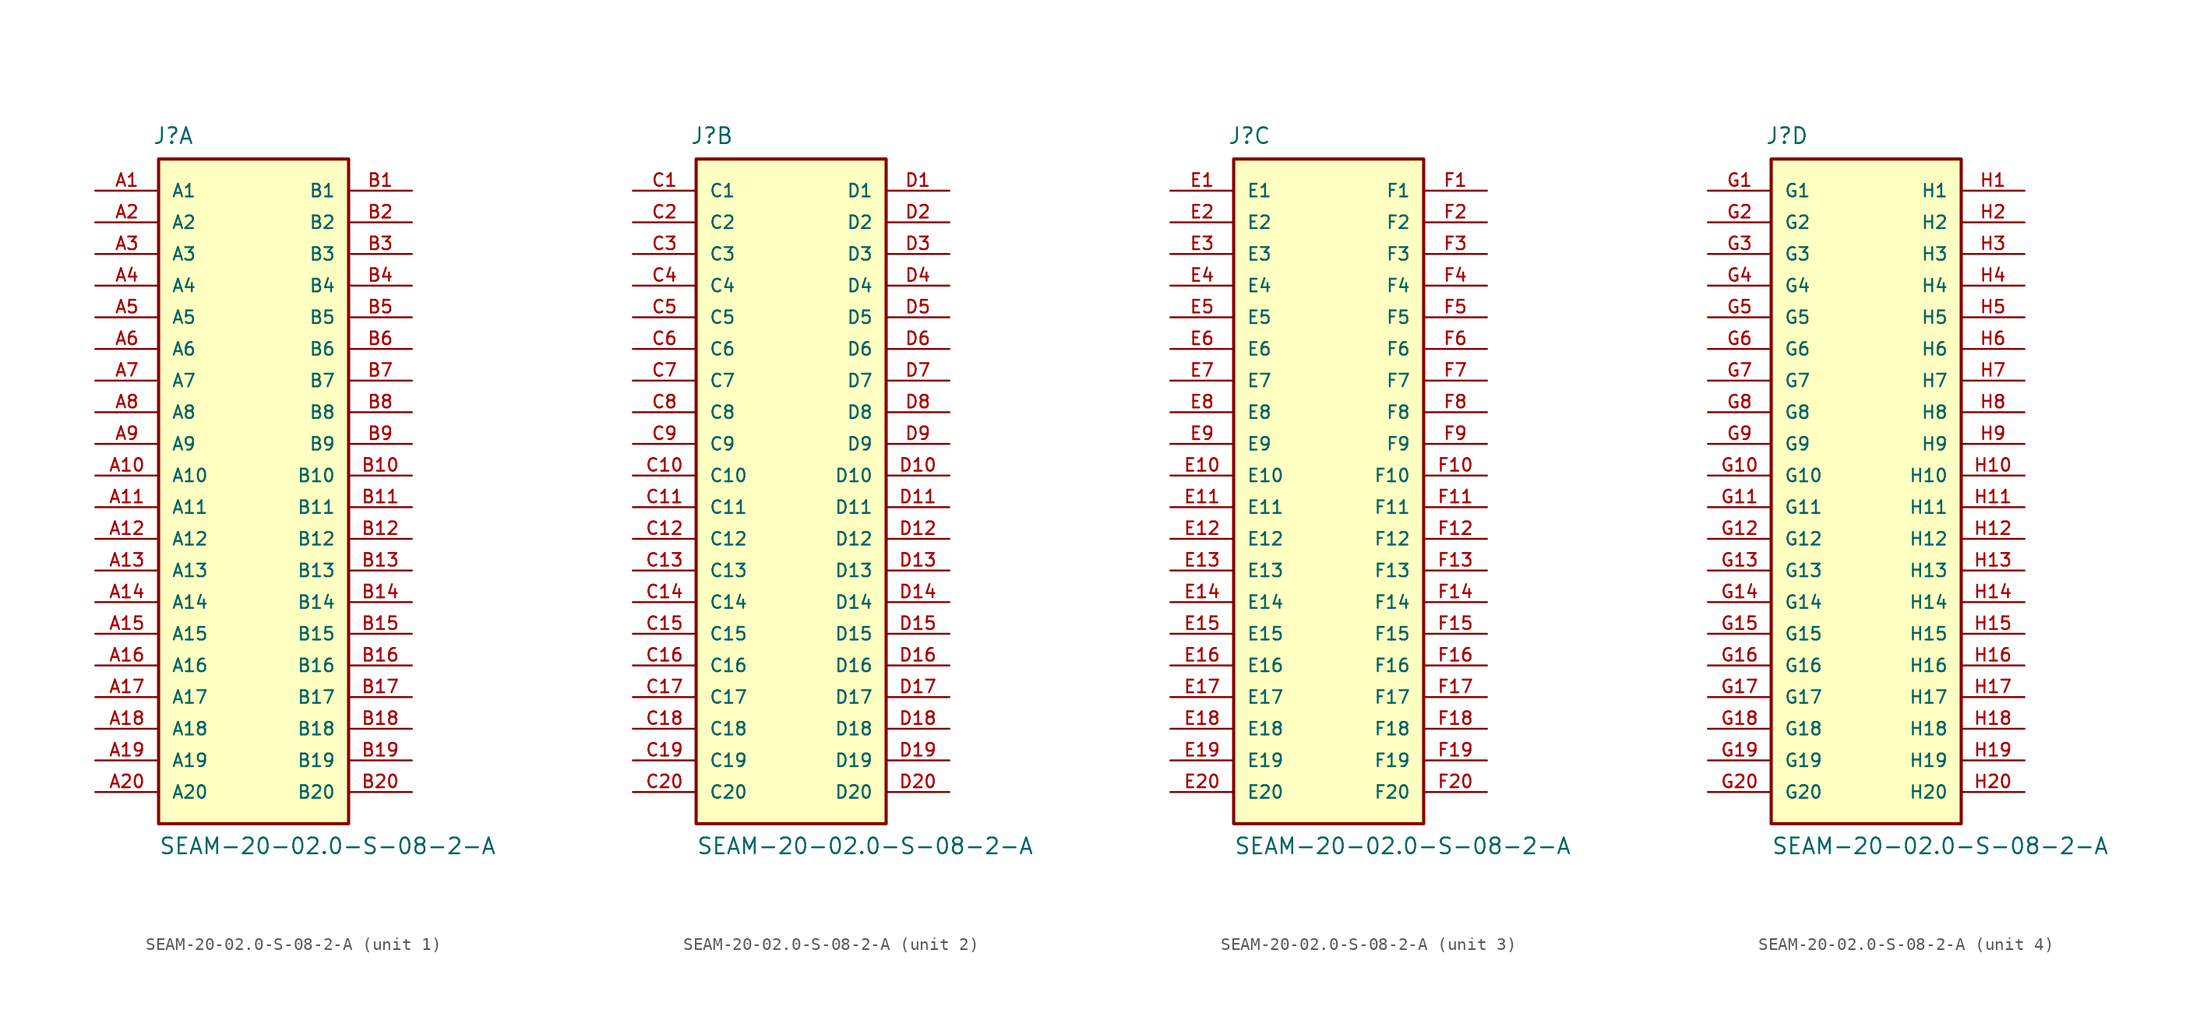
<source format=kicad_sym>
(kicad_symbol_lib
  (version 20211014)
  (generator kicad_symbol_editor)
  (symbol "SEAM-20-02.0-S-08-2-A"
    (pin_names
      (offset 1.016))
    (property "Reference" "J"
      (at -8.12 26.516 0)
      (effects (font (size 1.27 1.27)) (justify bottom left)))
    (property "Value" "SEAM-20-02.0-S-08-2-A"
      (at -7.62 -30.48 0)
      (effects (font (size 1.27 1.27)) (justify bottom left)))
    (symbol "SEAM-20-02.0-S-08-2-A_1_0"
      (rectangle (start -7.62 -27.94) (end 7.62 25.4) (stroke (width 0.254)) (fill (type background)))
      (pin passive line (at -12.7 22.86 0) (length 5.08) (name "A1" (effects (font (size 1.016 1.016)))) (number "A1" (effects (font (size 1.016 1.016)))))
      (pin passive line (at 12.7 22.86 180.0) (length 5.08) (name "B1" (effects (font (size 1.016 1.016)))) (number "B1" (effects (font (size 1.016 1.016)))))
      (pin passive line (at -12.7 20.32 0) (length 5.08) (name "A2" (effects (font (size 1.016 1.016)))) (number "A2" (effects (font (size 1.016 1.016)))))
      (pin passive line (at 12.7 20.32 180.0) (length 5.08) (name "B2" (effects (font (size 1.016 1.016)))) (number "B2" (effects (font (size 1.016 1.016)))))
      (pin passive line (at -12.7 17.78 0) (length 5.08) (name "A3" (effects (font (size 1.016 1.016)))) (number "A3" (effects (font (size 1.016 1.016)))))
      (pin passive line (at 12.7 17.78 180.0) (length 5.08) (name "B3" (effects (font (size 1.016 1.016)))) (number "B3" (effects (font (size 1.016 1.016)))))
      (pin passive line (at -12.7 15.24 0) (length 5.08) (name "A4" (effects (font (size 1.016 1.016)))) (number "A4" (effects (font (size 1.016 1.016)))))
      (pin passive line (at 12.7 15.24 180.0) (length 5.08) (name "B4" (effects (font (size 1.016 1.016)))) (number "B4" (effects (font (size 1.016 1.016)))))
      (pin passive line (at -12.7 12.7 0) (length 5.08) (name "A5" (effects (font (size 1.016 1.016)))) (number "A5" (effects (font (size 1.016 1.016)))))
      (pin passive line (at 12.7 12.7 180.0) (length 5.08) (name "B5" (effects (font (size 1.016 1.016)))) (number "B5" (effects (font (size 1.016 1.016)))))
      (pin passive line (at -12.7 10.16 0) (length 5.08) (name "A6" (effects (font (size 1.016 1.016)))) (number "A6" (effects (font (size 1.016 1.016)))))
      (pin passive line (at 12.7 10.16 180.0) (length 5.08) (name "B6" (effects (font (size 1.016 1.016)))) (number "B6" (effects (font (size 1.016 1.016)))))
      (pin passive line (at -12.7 7.62 0) (length 5.08) (name "A7" (effects (font (size 1.016 1.016)))) (number "A7" (effects (font (size 1.016 1.016)))))
      (pin passive line (at 12.7 7.62 180.0) (length 5.08) (name "B7" (effects (font (size 1.016 1.016)))) (number "B7" (effects (font (size 1.016 1.016)))))
      (pin passive line (at -12.7 5.08 0) (length 5.08) (name "A8" (effects (font (size 1.016 1.016)))) (number "A8" (effects (font (size 1.016 1.016)))))
      (pin passive line (at 12.7 5.08 180.0) (length 5.08) (name "B8" (effects (font (size 1.016 1.016)))) (number "B8" (effects (font (size 1.016 1.016)))))
      (pin passive line (at -12.7 2.54 0) (length 5.08) (name "A9" (effects (font (size 1.016 1.016)))) (number "A9" (effects (font (size 1.016 1.016)))))
      (pin passive line (at 12.7 2.54 180.0) (length 5.08) (name "B9" (effects (font (size 1.016 1.016)))) (number "B9" (effects (font (size 1.016 1.016)))))
      (pin passive line (at -12.7 0.0 0) (length 5.08) (name "A10" (effects (font (size 1.016 1.016)))) (number "A10" (effects (font (size 1.016 1.016)))))
      (pin passive line (at 12.7 0.0 180.0) (length 5.08) (name "B10" (effects (font (size 1.016 1.016)))) (number "B10" (effects (font (size 1.016 1.016)))))
      (pin passive line (at -12.7 -2.54 0) (length 5.08) (name "A11" (effects (font (size 1.016 1.016)))) (number "A11" (effects (font (size 1.016 1.016)))))
      (pin passive line (at 12.7 -2.54 180.0) (length 5.08) (name "B11" (effects (font (size 1.016 1.016)))) (number "B11" (effects (font (size 1.016 1.016)))))
      (pin passive line (at -12.7 -5.08 0) (length 5.08) (name "A12" (effects (font (size 1.016 1.016)))) (number "A12" (effects (font (size 1.016 1.016)))))
      (pin passive line (at 12.7 -5.08 180.0) (length 5.08) (name "B12" (effects (font (size 1.016 1.016)))) (number "B12" (effects (font (size 1.016 1.016)))))
      (pin passive line (at -12.7 -7.62 0) (length 5.08) (name "A13" (effects (font (size 1.016 1.016)))) (number "A13" (effects (font (size 1.016 1.016)))))
      (pin passive line (at 12.7 -7.62 180.0) (length 5.08) (name "B13" (effects (font (size 1.016 1.016)))) (number "B13" (effects (font (size 1.016 1.016)))))
      (pin passive line (at -12.7 -10.16 0) (length 5.08) (name "A14" (effects (font (size 1.016 1.016)))) (number "A14" (effects (font (size 1.016 1.016)))))
      (pin passive line (at 12.7 -10.16 180.0) (length 5.08) (name "B14" (effects (font (size 1.016 1.016)))) (number "B14" (effects (font (size 1.016 1.016)))))
      (pin passive line (at -12.7 -12.7 0) (length 5.08) (name "A15" (effects (font (size 1.016 1.016)))) (number "A15" (effects (font (size 1.016 1.016)))))
      (pin passive line (at 12.7 -12.7 180.0) (length 5.08) (name "B15" (effects (font (size 1.016 1.016)))) (number "B15" (effects (font (size 1.016 1.016)))))
      (pin passive line (at -12.7 -15.24 0) (length 5.08) (name "A16" (effects (font (size 1.016 1.016)))) (number "A16" (effects (font (size 1.016 1.016)))))
      (pin passive line (at 12.7 -15.24 180.0) (length 5.08) (name "B16" (effects (font (size 1.016 1.016)))) (number "B16" (effects (font (size 1.016 1.016)))))
      (pin passive line (at -12.7 -17.78 0) (length 5.08) (name "A17" (effects (font (size 1.016 1.016)))) (number "A17" (effects (font (size 1.016 1.016)))))
      (pin passive line (at 12.7 -17.78 180.0) (length 5.08) (name "B17" (effects (font (size 1.016 1.016)))) (number "B17" (effects (font (size 1.016 1.016)))))
      (pin passive line (at -12.7 -20.32 0) (length 5.08) (name "A18" (effects (font (size 1.016 1.016)))) (number "A18" (effects (font (size 1.016 1.016)))))
      (pin passive line (at 12.7 -20.32 180.0) (length 5.08) (name "B18" (effects (font (size 1.016 1.016)))) (number "B18" (effects (font (size 1.016 1.016)))))
      (pin passive line (at -12.7 -22.86 0) (length 5.08) (name "A19" (effects (font (size 1.016 1.016)))) (number "A19" (effects (font (size 1.016 1.016)))))
      (pin passive line (at 12.7 -22.86 180.0) (length 5.08) (name "B19" (effects (font (size 1.016 1.016)))) (number "B19" (effects (font (size 1.016 1.016)))))
      (pin passive line (at -12.7 -25.4 0) (length 5.08) (name "A20" (effects (font (size 1.016 1.016)))) (number "A20" (effects (font (size 1.016 1.016)))))
      (pin passive line (at 12.7 -25.4 180.0) (length 5.08) (name "B20" (effects (font (size 1.016 1.016)))) (number "B20" (effects (font (size 1.016 1.016))))))
    (symbol "SEAM-20-02.0-S-08-2-A_2_0"
      (rectangle (start -7.62 -27.94) (end 7.62 25.4) (stroke (width 0.254)) (fill (type background)))
      (pin passive line (at -12.7 22.86 0) (length 5.08) (name "C1" (effects (font (size 1.016 1.016)))) (number "C1" (effects (font (size 1.016 1.016)))))
      (pin passive line (at 12.7 22.86 180.0) (length 5.08) (name "D1" (effects (font (size 1.016 1.016)))) (number "D1" (effects (font (size 1.016 1.016)))))
      (pin passive line (at -12.7 20.32 0) (length 5.08) (name "C2" (effects (font (size 1.016 1.016)))) (number "C2" (effects (font (size 1.016 1.016)))))
      (pin passive line (at 12.7 20.32 180.0) (length 5.08) (name "D2" (effects (font (size 1.016 1.016)))) (number "D2" (effects (font (size 1.016 1.016)))))
      (pin passive line (at -12.7 17.78 0) (length 5.08) (name "C3" (effects (font (size 1.016 1.016)))) (number "C3" (effects (font (size 1.016 1.016)))))
      (pin passive line (at 12.7 17.78 180.0) (length 5.08) (name "D3" (effects (font (size 1.016 1.016)))) (number "D3" (effects (font (size 1.016 1.016)))))
      (pin passive line (at -12.7 15.24 0) (length 5.08) (name "C4" (effects (font (size 1.016 1.016)))) (number "C4" (effects (font (size 1.016 1.016)))))
      (pin passive line (at 12.7 15.24 180.0) (length 5.08) (name "D4" (effects (font (size 1.016 1.016)))) (number "D4" (effects (font (size 1.016 1.016)))))
      (pin passive line (at -12.7 12.7 0) (length 5.08) (name "C5" (effects (font (size 1.016 1.016)))) (number "C5" (effects (font (size 1.016 1.016)))))
      (pin passive line (at 12.7 12.7 180.0) (length 5.08) (name "D5" (effects (font (size 1.016 1.016)))) (number "D5" (effects (font (size 1.016 1.016)))))
      (pin passive line (at -12.7 10.16 0) (length 5.08) (name "C6" (effects (font (size 1.016 1.016)))) (number "C6" (effects (font (size 1.016 1.016)))))
      (pin passive line (at 12.7 10.16 180.0) (length 5.08) (name "D6" (effects (font (size 1.016 1.016)))) (number "D6" (effects (font (size 1.016 1.016)))))
      (pin passive line (at -12.7 7.62 0) (length 5.08) (name "C7" (effects (font (size 1.016 1.016)))) (number "C7" (effects (font (size 1.016 1.016)))))
      (pin passive line (at 12.7 7.62 180.0) (length 5.08) (name "D7" (effects (font (size 1.016 1.016)))) (number "D7" (effects (font (size 1.016 1.016)))))
      (pin passive line (at -12.7 5.08 0) (length 5.08) (name "C8" (effects (font (size 1.016 1.016)))) (number "C8" (effects (font (size 1.016 1.016)))))
      (pin passive line (at 12.7 5.08 180.0) (length 5.08) (name "D8" (effects (font (size 1.016 1.016)))) (number "D8" (effects (font (size 1.016 1.016)))))
      (pin passive line (at -12.7 2.54 0) (length 5.08) (name "C9" (effects (font (size 1.016 1.016)))) (number "C9" (effects (font (size 1.016 1.016)))))
      (pin passive line (at 12.7 2.54 180.0) (length 5.08) (name "D9" (effects (font (size 1.016 1.016)))) (number "D9" (effects (font (size 1.016 1.016)))))
      (pin passive line (at -12.7 0.0 0) (length 5.08) (name "C10" (effects (font (size 1.016 1.016)))) (number "C10" (effects (font (size 1.016 1.016)))))
      (pin passive line (at 12.7 0.0 180.0) (length 5.08) (name "D10" (effects (font (size 1.016 1.016)))) (number "D10" (effects (font (size 1.016 1.016)))))
      (pin passive line (at -12.7 -2.54 0) (length 5.08) (name "C11" (effects (font (size 1.016 1.016)))) (number "C11" (effects (font (size 1.016 1.016)))))
      (pin passive line (at 12.7 -2.54 180.0) (length 5.08) (name "D11" (effects (font (size 1.016 1.016)))) (number "D11" (effects (font (size 1.016 1.016)))))
      (pin passive line (at -12.7 -5.08 0) (length 5.08) (name "C12" (effects (font (size 1.016 1.016)))) (number "C12" (effects (font (size 1.016 1.016)))))
      (pin passive line (at 12.7 -5.08 180.0) (length 5.08) (name "D12" (effects (font (size 1.016 1.016)))) (number "D12" (effects (font (size 1.016 1.016)))))
      (pin passive line (at -12.7 -7.62 0) (length 5.08) (name "C13" (effects (font (size 1.016 1.016)))) (number "C13" (effects (font (size 1.016 1.016)))))
      (pin passive line (at 12.7 -7.62 180.0) (length 5.08) (name "D13" (effects (font (size 1.016 1.016)))) (number "D13" (effects (font (size 1.016 1.016)))))
      (pin passive line (at -12.7 -10.16 0) (length 5.08) (name "C14" (effects (font (size 1.016 1.016)))) (number "C14" (effects (font (size 1.016 1.016)))))
      (pin passive line (at 12.7 -10.16 180.0) (length 5.08) (name "D14" (effects (font (size 1.016 1.016)))) (number "D14" (effects (font (size 1.016 1.016)))))
      (pin passive line (at -12.7 -12.7 0) (length 5.08) (name "C15" (effects (font (size 1.016 1.016)))) (number "C15" (effects (font (size 1.016 1.016)))))
      (pin passive line (at 12.7 -12.7 180.0) (length 5.08) (name "D15" (effects (font (size 1.016 1.016)))) (number "D15" (effects (font (size 1.016 1.016)))))
      (pin passive line (at -12.7 -15.24 0) (length 5.08) (name "C16" (effects (font (size 1.016 1.016)))) (number "C16" (effects (font (size 1.016 1.016)))))
      (pin passive line (at 12.7 -15.24 180.0) (length 5.08) (name "D16" (effects (font (size 1.016 1.016)))) (number "D16" (effects (font (size 1.016 1.016)))))
      (pin passive line (at -12.7 -17.78 0) (length 5.08) (name "C17" (effects (font (size 1.016 1.016)))) (number "C17" (effects (font (size 1.016 1.016)))))
      (pin passive line (at 12.7 -17.78 180.0) (length 5.08) (name "D17" (effects (font (size 1.016 1.016)))) (number "D17" (effects (font (size 1.016 1.016)))))
      (pin passive line (at -12.7 -20.32 0) (length 5.08) (name "C18" (effects (font (size 1.016 1.016)))) (number "C18" (effects (font (size 1.016 1.016)))))
      (pin passive line (at 12.7 -20.32 180.0) (length 5.08) (name "D18" (effects (font (size 1.016 1.016)))) (number "D18" (effects (font (size 1.016 1.016)))))
      (pin passive line (at -12.7 -22.86 0) (length 5.08) (name "C19" (effects (font (size 1.016 1.016)))) (number "C19" (effects (font (size 1.016 1.016)))))
      (pin passive line (at 12.7 -22.86 180.0) (length 5.08) (name "D19" (effects (font (size 1.016 1.016)))) (number "D19" (effects (font (size 1.016 1.016)))))
      (pin passive line (at -12.7 -25.4 0) (length 5.08) (name "C20" (effects (font (size 1.016 1.016)))) (number "C20" (effects (font (size 1.016 1.016)))))
      (pin passive line (at 12.7 -25.4 180.0) (length 5.08) (name "D20" (effects (font (size 1.016 1.016)))) (number "D20" (effects (font (size 1.016 1.016))))))
    (symbol "SEAM-20-02.0-S-08-2-A_3_0"
      (rectangle (start -7.62 -27.94) (end 7.62 25.4) (stroke (width 0.254)) (fill (type background)))
      (pin passive line (at -12.7 22.86 0) (length 5.08) (name "E1" (effects (font (size 1.016 1.016)))) (number "E1" (effects (font (size 1.016 1.016)))))
      (pin passive line (at 12.7 22.86 180.0) (length 5.08) (name "F1" (effects (font (size 1.016 1.016)))) (number "F1" (effects (font (size 1.016 1.016)))))
      (pin passive line (at -12.7 20.32 0) (length 5.08) (name "E2" (effects (font (size 1.016 1.016)))) (number "E2" (effects (font (size 1.016 1.016)))))
      (pin passive line (at 12.7 20.32 180.0) (length 5.08) (name "F2" (effects (font (size 1.016 1.016)))) (number "F2" (effects (font (size 1.016 1.016)))))
      (pin passive line (at -12.7 17.78 0) (length 5.08) (name "E3" (effects (font (size 1.016 1.016)))) (number "E3" (effects (font (size 1.016 1.016)))))
      (pin passive line (at 12.7 17.78 180.0) (length 5.08) (name "F3" (effects (font (size 1.016 1.016)))) (number "F3" (effects (font (size 1.016 1.016)))))
      (pin passive line (at -12.7 15.24 0) (length 5.08) (name "E4" (effects (font (size 1.016 1.016)))) (number "E4" (effects (font (size 1.016 1.016)))))
      (pin passive line (at 12.7 15.24 180.0) (length 5.08) (name "F4" (effects (font (size 1.016 1.016)))) (number "F4" (effects (font (size 1.016 1.016)))))
      (pin passive line (at -12.7 12.7 0) (length 5.08) (name "E5" (effects (font (size 1.016 1.016)))) (number "E5" (effects (font (size 1.016 1.016)))))
      (pin passive line (at 12.7 12.7 180.0) (length 5.08) (name "F5" (effects (font (size 1.016 1.016)))) (number "F5" (effects (font (size 1.016 1.016)))))
      (pin passive line (at -12.7 10.16 0) (length 5.08) (name "E6" (effects (font (size 1.016 1.016)))) (number "E6" (effects (font (size 1.016 1.016)))))
      (pin passive line (at 12.7 10.16 180.0) (length 5.08) (name "F6" (effects (font (size 1.016 1.016)))) (number "F6" (effects (font (size 1.016 1.016)))))
      (pin passive line (at -12.7 7.62 0) (length 5.08) (name "E7" (effects (font (size 1.016 1.016)))) (number "E7" (effects (font (size 1.016 1.016)))))
      (pin passive line (at 12.7 7.62 180.0) (length 5.08) (name "F7" (effects (font (size 1.016 1.016)))) (number "F7" (effects (font (size 1.016 1.016)))))
      (pin passive line (at -12.7 5.08 0) (length 5.08) (name "E8" (effects (font (size 1.016 1.016)))) (number "E8" (effects (font (size 1.016 1.016)))))
      (pin passive line (at 12.7 5.08 180.0) (length 5.08) (name "F8" (effects (font (size 1.016 1.016)))) (number "F8" (effects (font (size 1.016 1.016)))))
      (pin passive line (at -12.7 2.54 0) (length 5.08) (name "E9" (effects (font (size 1.016 1.016)))) (number "E9" (effects (font (size 1.016 1.016)))))
      (pin passive line (at 12.7 2.54 180.0) (length 5.08) (name "F9" (effects (font (size 1.016 1.016)))) (number "F9" (effects (font (size 1.016 1.016)))))
      (pin passive line (at -12.7 0.0 0) (length 5.08) (name "E10" (effects (font (size 1.016 1.016)))) (number "E10" (effects (font (size 1.016 1.016)))))
      (pin passive line (at 12.7 0.0 180.0) (length 5.08) (name "F10" (effects (font (size 1.016 1.016)))) (number "F10" (effects (font (size 1.016 1.016)))))
      (pin passive line (at -12.7 -2.54 0) (length 5.08) (name "E11" (effects (font (size 1.016 1.016)))) (number "E11" (effects (font (size 1.016 1.016)))))
      (pin passive line (at 12.7 -2.54 180.0) (length 5.08) (name "F11" (effects (font (size 1.016 1.016)))) (number "F11" (effects (font (size 1.016 1.016)))))
      (pin passive line (at -12.7 -5.08 0) (length 5.08) (name "E12" (effects (font (size 1.016 1.016)))) (number "E12" (effects (font (size 1.016 1.016)))))
      (pin passive line (at 12.7 -5.08 180.0) (length 5.08) (name "F12" (effects (font (size 1.016 1.016)))) (number "F12" (effects (font (size 1.016 1.016)))))
      (pin passive line (at -12.7 -7.62 0) (length 5.08) (name "E13" (effects (font (size 1.016 1.016)))) (number "E13" (effects (font (size 1.016 1.016)))))
      (pin passive line (at 12.7 -7.62 180.0) (length 5.08) (name "F13" (effects (font (size 1.016 1.016)))) (number "F13" (effects (font (size 1.016 1.016)))))
      (pin passive line (at -12.7 -10.16 0) (length 5.08) (name "E14" (effects (font (size 1.016 1.016)))) (number "E14" (effects (font (size 1.016 1.016)))))
      (pin passive line (at 12.7 -10.16 180.0) (length 5.08) (name "F14" (effects (font (size 1.016 1.016)))) (number "F14" (effects (font (size 1.016 1.016)))))
      (pin passive line (at -12.7 -12.7 0) (length 5.08) (name "E15" (effects (font (size 1.016 1.016)))) (number "E15" (effects (font (size 1.016 1.016)))))
      (pin passive line (at 12.7 -12.7 180.0) (length 5.08) (name "F15" (effects (font (size 1.016 1.016)))) (number "F15" (effects (font (size 1.016 1.016)))))
      (pin passive line (at -12.7 -15.24 0) (length 5.08) (name "E16" (effects (font (size 1.016 1.016)))) (number "E16" (effects (font (size 1.016 1.016)))))
      (pin passive line (at 12.7 -15.24 180.0) (length 5.08) (name "F16" (effects (font (size 1.016 1.016)))) (number "F16" (effects (font (size 1.016 1.016)))))
      (pin passive line (at -12.7 -17.78 0) (length 5.08) (name "E17" (effects (font (size 1.016 1.016)))) (number "E17" (effects (font (size 1.016 1.016)))))
      (pin passive line (at 12.7 -17.78 180.0) (length 5.08) (name "F17" (effects (font (size 1.016 1.016)))) (number "F17" (effects (font (size 1.016 1.016)))))
      (pin passive line (at -12.7 -20.32 0) (length 5.08) (name "E18" (effects (font (size 1.016 1.016)))) (number "E18" (effects (font (size 1.016 1.016)))))
      (pin passive line (at 12.7 -20.32 180.0) (length 5.08) (name "F18" (effects (font (size 1.016 1.016)))) (number "F18" (effects (font (size 1.016 1.016)))))
      (pin passive line (at -12.7 -22.86 0) (length 5.08) (name "E19" (effects (font (size 1.016 1.016)))) (number "E19" (effects (font (size 1.016 1.016)))))
      (pin passive line (at 12.7 -22.86 180.0) (length 5.08) (name "F19" (effects (font (size 1.016 1.016)))) (number "F19" (effects (font (size 1.016 1.016)))))
      (pin passive line (at -12.7 -25.4 0) (length 5.08) (name "E20" (effects (font (size 1.016 1.016)))) (number "E20" (effects (font (size 1.016 1.016)))))
      (pin passive line (at 12.7 -25.4 180.0) (length 5.08) (name "F20" (effects (font (size 1.016 1.016)))) (number "F20" (effects (font (size 1.016 1.016))))))
    (symbol "SEAM-20-02.0-S-08-2-A_4_0"
      (rectangle (start -7.62 -27.94) (end 7.62 25.4) (stroke (width 0.254)) (fill (type background)))
      (pin passive line (at -12.7 22.86 0) (length 5.08) (name "G1" (effects (font (size 1.016 1.016)))) (number "G1" (effects (font (size 1.016 1.016)))))
      (pin passive line (at 12.7 22.86 180.0) (length 5.08) (name "H1" (effects (font (size 1.016 1.016)))) (number "H1" (effects (font (size 1.016 1.016)))))
      (pin passive line (at -12.7 20.32 0) (length 5.08) (name "G2" (effects (font (size 1.016 1.016)))) (number "G2" (effects (font (size 1.016 1.016)))))
      (pin passive line (at 12.7 20.32 180.0) (length 5.08) (name "H2" (effects (font (size 1.016 1.016)))) (number "H2" (effects (font (size 1.016 1.016)))))
      (pin passive line (at -12.7 17.78 0) (length 5.08) (name "G3" (effects (font (size 1.016 1.016)))) (number "G3" (effects (font (size 1.016 1.016)))))
      (pin passive line (at 12.7 17.78 180.0) (length 5.08) (name "H3" (effects (font (size 1.016 1.016)))) (number "H3" (effects (font (size 1.016 1.016)))))
      (pin passive line (at -12.7 15.24 0) (length 5.08) (name "G4" (effects (font (size 1.016 1.016)))) (number "G4" (effects (font (size 1.016 1.016)))))
      (pin passive line (at 12.7 15.24 180.0) (length 5.08) (name "H4" (effects (font (size 1.016 1.016)))) (number "H4" (effects (font (size 1.016 1.016)))))
      (pin passive line (at -12.7 12.7 0) (length 5.08) (name "G5" (effects (font (size 1.016 1.016)))) (number "G5" (effects (font (size 1.016 1.016)))))
      (pin passive line (at 12.7 12.7 180.0) (length 5.08) (name "H5" (effects (font (size 1.016 1.016)))) (number "H5" (effects (font (size 1.016 1.016)))))
      (pin passive line (at -12.7 10.16 0) (length 5.08) (name "G6" (effects (font (size 1.016 1.016)))) (number "G6" (effects (font (size 1.016 1.016)))))
      (pin passive line (at 12.7 10.16 180.0) (length 5.08) (name "H6" (effects (font (size 1.016 1.016)))) (number "H6" (effects (font (size 1.016 1.016)))))
      (pin passive line (at -12.7 7.62 0) (length 5.08) (name "G7" (effects (font (size 1.016 1.016)))) (number "G7" (effects (font (size 1.016 1.016)))))
      (pin passive line (at 12.7 7.62 180.0) (length 5.08) (name "H7" (effects (font (size 1.016 1.016)))) (number "H7" (effects (font (size 1.016 1.016)))))
      (pin passive line (at -12.7 5.08 0) (length 5.08) (name "G8" (effects (font (size 1.016 1.016)))) (number "G8" (effects (font (size 1.016 1.016)))))
      (pin passive line (at 12.7 5.08 180.0) (length 5.08) (name "H8" (effects (font (size 1.016 1.016)))) (number "H8" (effects (font (size 1.016 1.016)))))
      (pin passive line (at -12.7 2.54 0) (length 5.08) (name "G9" (effects (font (size 1.016 1.016)))) (number "G9" (effects (font (size 1.016 1.016)))))
      (pin passive line (at 12.7 2.54 180.0) (length 5.08) (name "H9" (effects (font (size 1.016 1.016)))) (number "H9" (effects (font (size 1.016 1.016)))))
      (pin passive line (at -12.7 0.0 0) (length 5.08) (name "G10" (effects (font (size 1.016 1.016)))) (number "G10" (effects (font (size 1.016 1.016)))))
      (pin passive line (at 12.7 0.0 180.0) (length 5.08) (name "H10" (effects (font (size 1.016 1.016)))) (number "H10" (effects (font (size 1.016 1.016)))))
      (pin passive line (at -12.7 -2.54 0) (length 5.08) (name "G11" (effects (font (size 1.016 1.016)))) (number "G11" (effects (font (size 1.016 1.016)))))
      (pin passive line (at 12.7 -2.54 180.0) (length 5.08) (name "H11" (effects (font (size 1.016 1.016)))) (number "H11" (effects (font (size 1.016 1.016)))))
      (pin passive line (at -12.7 -5.08 0) (length 5.08) (name "G12" (effects (font (size 1.016 1.016)))) (number "G12" (effects (font (size 1.016 1.016)))))
      (pin passive line (at 12.7 -5.08 180.0) (length 5.08) (name "H12" (effects (font (size 1.016 1.016)))) (number "H12" (effects (font (size 1.016 1.016)))))
      (pin passive line (at -12.7 -7.62 0) (length 5.08) (name "G13" (effects (font (size 1.016 1.016)))) (number "G13" (effects (font (size 1.016 1.016)))))
      (pin passive line (at 12.7 -7.62 180.0) (length 5.08) (name "H13" (effects (font (size 1.016 1.016)))) (number "H13" (effects (font (size 1.016 1.016)))))
      (pin passive line (at -12.7 -10.16 0) (length 5.08) (name "G14" (effects (font (size 1.016 1.016)))) (number "G14" (effects (font (size 1.016 1.016)))))
      (pin passive line (at 12.7 -10.16 180.0) (length 5.08) (name "H14" (effects (font (size 1.016 1.016)))) (number "H14" (effects (font (size 1.016 1.016)))))
      (pin passive line (at -12.7 -12.7 0) (length 5.08) (name "G15" (effects (font (size 1.016 1.016)))) (number "G15" (effects (font (size 1.016 1.016)))))
      (pin passive line (at 12.7 -12.7 180.0) (length 5.08) (name "H15" (effects (font (size 1.016 1.016)))) (number "H15" (effects (font (size 1.016 1.016)))))
      (pin passive line (at -12.7 -15.24 0) (length 5.08) (name "G16" (effects (font (size 1.016 1.016)))) (number "G16" (effects (font (size 1.016 1.016)))))
      (pin passive line (at 12.7 -15.24 180.0) (length 5.08) (name "H16" (effects (font (size 1.016 1.016)))) (number "H16" (effects (font (size 1.016 1.016)))))
      (pin passive line (at -12.7 -17.78 0) (length 5.08) (name "G17" (effects (font (size 1.016 1.016)))) (number "G17" (effects (font (size 1.016 1.016)))))
      (pin passive line (at 12.7 -17.78 180.0) (length 5.08) (name "H17" (effects (font (size 1.016 1.016)))) (number "H17" (effects (font (size 1.016 1.016)))))
      (pin passive line (at -12.7 -20.32 0) (length 5.08) (name "G18" (effects (font (size 1.016 1.016)))) (number "G18" (effects (font (size 1.016 1.016)))))
      (pin passive line (at 12.7 -20.32 180.0) (length 5.08) (name "H18" (effects (font (size 1.016 1.016)))) (number "H18" (effects (font (size 1.016 1.016)))))
      (pin passive line (at -12.7 -22.86 0) (length 5.08) (name "G19" (effects (font (size 1.016 1.016)))) (number "G19" (effects (font (size 1.016 1.016)))))
      (pin passive line (at 12.7 -22.86 180.0) (length 5.08) (name "H19" (effects (font (size 1.016 1.016)))) (number "H19" (effects (font (size 1.016 1.016)))))
      (pin passive line (at -12.7 -25.4 0) (length 5.08) (name "G20" (effects (font (size 1.016 1.016)))) (number "G20" (effects (font (size 1.016 1.016)))))
      (pin passive line (at 12.7 -25.4 180.0) (length 5.08) (name "H20" (effects (font (size 1.016 1.016)))) (number "H20" (effects (font (size 1.016 1.016))))))))
</source>
